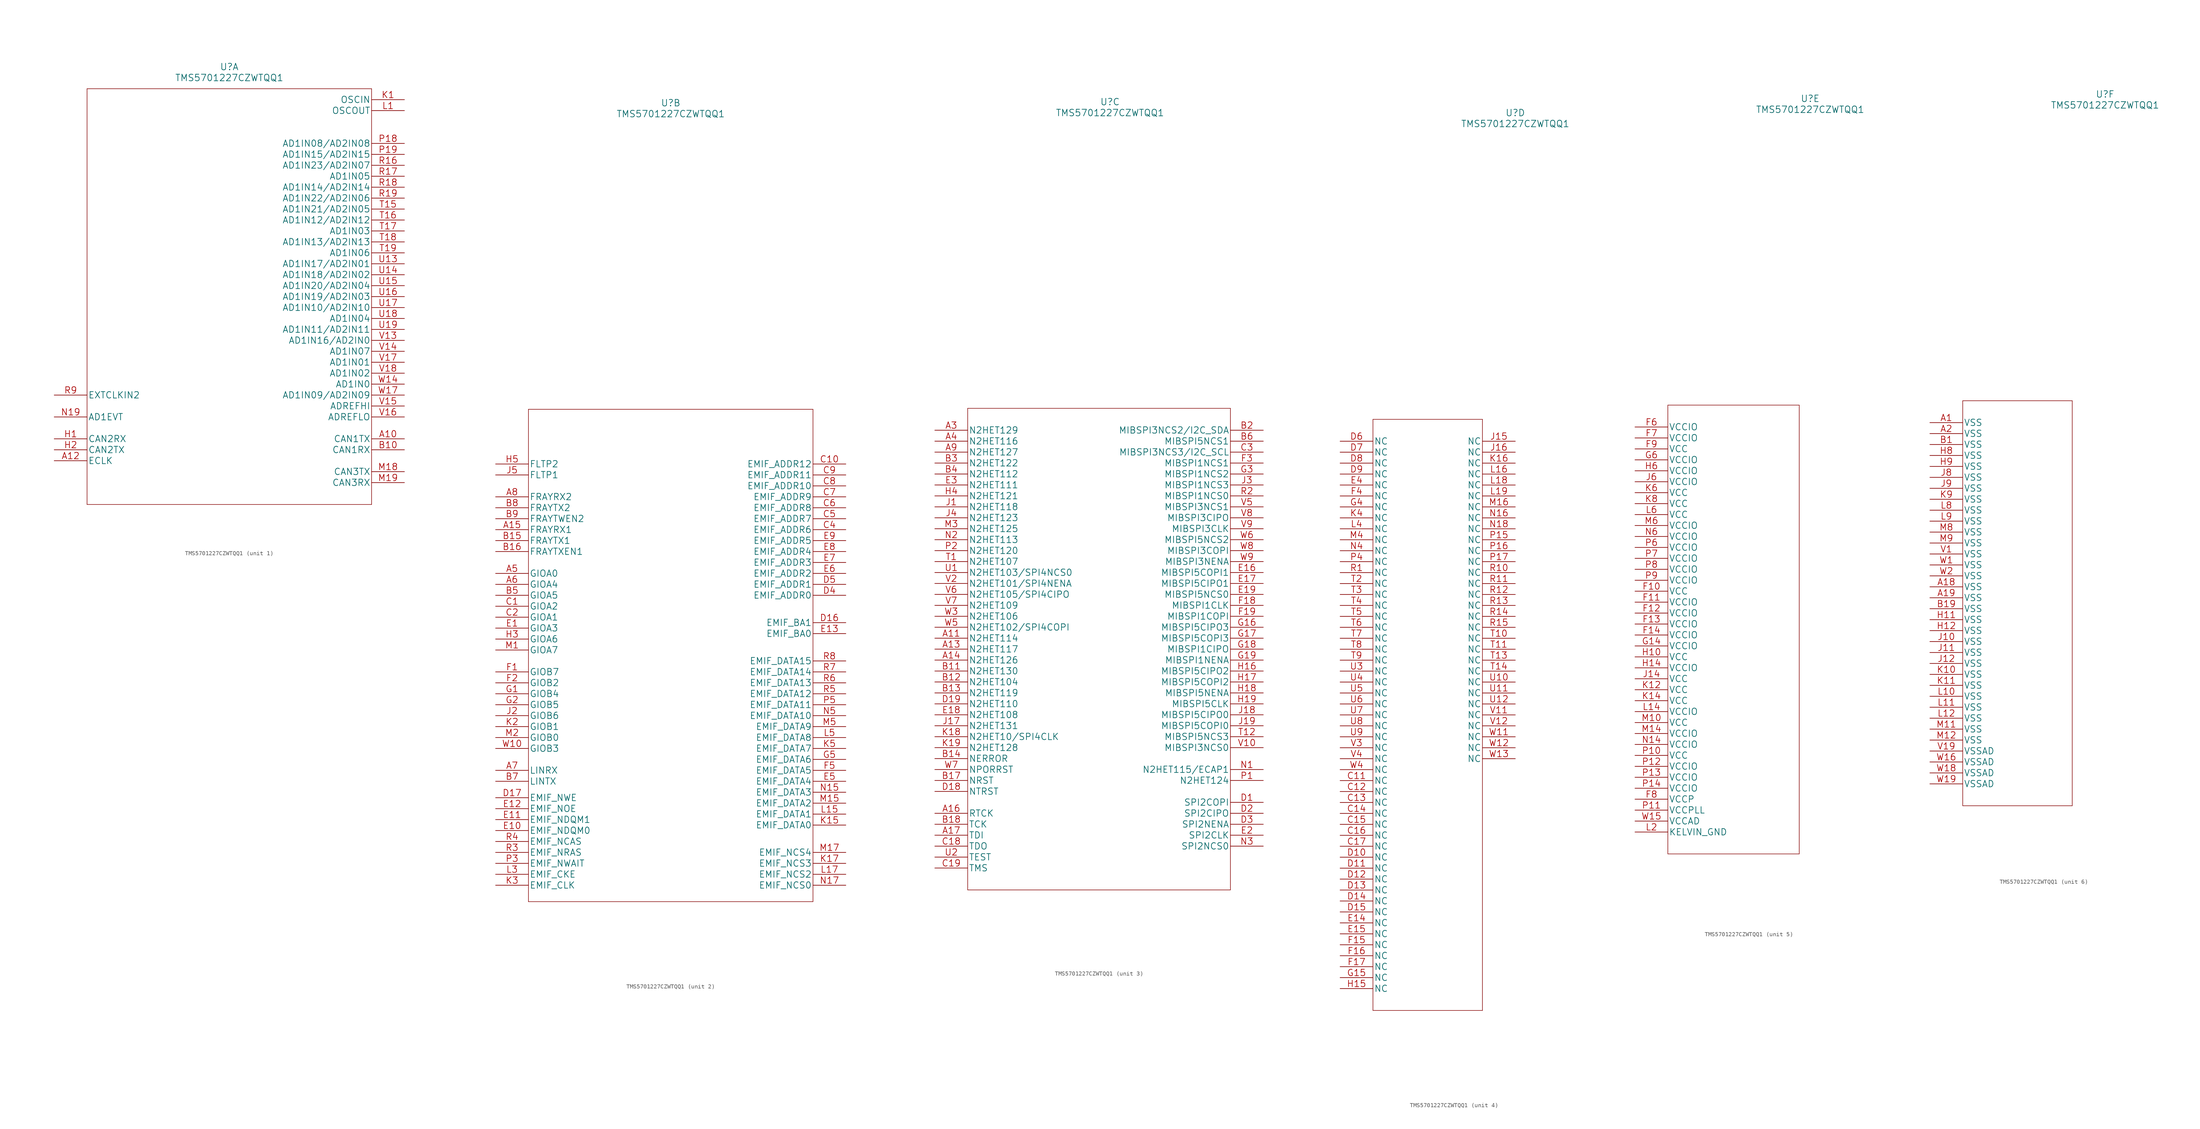
<source format=kicad_sym>
(kicad_symbol_lib
  (version 20211014)
  (generator kicad_symbol_editor)
  (symbol "TMS5701227CZWTQQ1"
    (pin_names
      (offset 0.254))
    (property "Reference" "U"
      (at 40.64 76.2 0)
      (effects (font (size 1.524 1.524))))
    (property "Value" "TMS5701227CZWTQQ1"
      (at 40.64 73.66 0)
      (effects (font (size 1.524 1.524))))
    (property "ki_locked" ""
      (at 0 0 0)
      (effects (font (size 1.27 1.27))))
    (symbol "TMS5701227CZWTQQ1_1_1"
      (polyline (pts (xy 7.62 -25.4) (xy 73.66 -25.4)) (stroke (width 0.127) (type default) (color 0 0 0 0)) (fill (type none)))
      (polyline (pts (xy 7.62 71.12) (xy 7.62 -25.4)) (stroke (width 0.127) (type default) (color 0 0 0 0)) (fill (type none)))
      (polyline (pts (xy 73.66 -25.4) (xy 73.66 71.12)) (stroke (width 0.127) (type default) (color 0 0 0 0)) (fill (type none)))
      (polyline (pts (xy 73.66 71.12) (xy 7.62 71.12)) (stroke (width 0.127) (type default) (color 0 0 0 0)) (fill (type none)))
      (pin bidirectional line (at 81.28 -10.16 180) (length 7.62) (name "CAN1TX" (effects (font (size 1.499 1.499)))) (number "A10" (effects (font (size 1.499 1.499)))))
      (pin bidirectional line (at 0 -15.24 0) (length 7.62) (name "ECLK" (effects (font (size 1.499 1.499)))) (number "A12" (effects (font (size 1.499 1.499)))))
      (pin bidirectional line (at 81.28 -12.7 180) (length 7.62) (name "CAN1RX" (effects (font (size 1.499 1.499)))) (number "B10" (effects (font (size 1.499 1.499)))))
      (pin bidirectional line (at 0 -10.16 0) (length 7.62) (name "CAN2RX" (effects (font (size 1.499 1.499)))) (number "H1" (effects (font (size 1.499 1.499)))))
      (pin bidirectional line (at 0 -12.7 0) (length 7.62) (name "CAN2TX" (effects (font (size 1.499 1.499)))) (number "H2" (effects (font (size 1.499 1.499)))))
      (pin bidirectional line (at 81.28 68.58 180) (length 7.62) (name "OSCIN" (effects (font (size 1.499 1.499)))) (number "K1" (effects (font (size 1.499 1.499)))))
      (pin bidirectional line (at 81.28 66.04 180) (length 7.62) (name "OSCOUT" (effects (font (size 1.499 1.499)))) (number "L1" (effects (font (size 1.499 1.499)))))
      (pin bidirectional line (at 81.28 -17.78 180) (length 7.62) (name "CAN3TX" (effects (font (size 1.499 1.499)))) (number "M18" (effects (font (size 1.499 1.499)))))
      (pin bidirectional line (at 81.28 -20.32 180) (length 7.62) (name "CAN3RX" (effects (font (size 1.499 1.499)))) (number "M19" (effects (font (size 1.499 1.499)))))
      (pin bidirectional line (at 0 -5.08 0) (length 7.62) (name "AD1EVT" (effects (font (size 1.499 1.499)))) (number "N19" (effects (font (size 1.499 1.499)))))
      (pin bidirectional line (at 81.28 58.42 180) (length 7.62) (name "AD1IN08/AD2IN08" (effects (font (size 1.499 1.499)))) (number "P18" (effects (font (size 1.499 1.499)))))
      (pin bidirectional line (at 81.28 55.88 180) (length 7.62) (name "AD1IN15/AD2IN15" (effects (font (size 1.499 1.499)))) (number "P19" (effects (font (size 1.499 1.499)))))
      (pin bidirectional line (at 81.28 53.34 180) (length 7.62) (name "AD1IN23/AD2IN07" (effects (font (size 1.499 1.499)))) (number "R16" (effects (font (size 1.499 1.499)))))
      (pin bidirectional line (at 81.28 50.8 180) (length 7.62) (name "AD1IN05" (effects (font (size 1.499 1.499)))) (number "R17" (effects (font (size 1.499 1.499)))))
      (pin bidirectional line (at 81.28 48.26 180) (length 7.62) (name "AD1IN14/AD2IN14" (effects (font (size 1.499 1.499)))) (number "R18" (effects (font (size 1.499 1.499)))))
      (pin bidirectional line (at 81.28 45.72 180) (length 7.62) (name "AD1IN22/AD2IN06" (effects (font (size 1.499 1.499)))) (number "R19" (effects (font (size 1.499 1.499)))))
      (pin bidirectional line (at 0 0 0) (length 7.62) (name "EXTCLKIN2" (effects (font (size 1.499 1.499)))) (number "R9" (effects (font (size 1.499 1.499)))))
      (pin bidirectional line (at 81.28 43.18 180) (length 7.62) (name "AD1IN21/AD2IN05" (effects (font (size 1.499 1.499)))) (number "T15" (effects (font (size 1.499 1.499)))))
      (pin bidirectional line (at 81.28 40.64 180) (length 7.62) (name "AD1IN12/AD2IN12" (effects (font (size 1.499 1.499)))) (number "T16" (effects (font (size 1.499 1.499)))))
      (pin bidirectional line (at 81.28 38.1 180) (length 7.62) (name "AD1IN03" (effects (font (size 1.499 1.499)))) (number "T17" (effects (font (size 1.499 1.499)))))
      (pin bidirectional line (at 81.28 35.56 180) (length 7.62) (name "AD1IN13/AD2IN13" (effects (font (size 1.499 1.499)))) (number "T18" (effects (font (size 1.499 1.499)))))
      (pin bidirectional line (at 81.28 33.02 180) (length 7.62) (name "AD1IN06" (effects (font (size 1.499 1.499)))) (number "T19" (effects (font (size 1.499 1.499)))))
      (pin bidirectional line (at 81.28 30.48 180) (length 7.62) (name "AD1IN17/AD2IN01" (effects (font (size 1.499 1.499)))) (number "U13" (effects (font (size 1.499 1.499)))))
      (pin bidirectional line (at 81.28 27.94 180) (length 7.62) (name "AD1IN18/AD2IN02" (effects (font (size 1.499 1.499)))) (number "U14" (effects (font (size 1.499 1.499)))))
      (pin bidirectional line (at 81.28 25.4 180) (length 7.62) (name "AD1IN20/AD2IN04" (effects (font (size 1.499 1.499)))) (number "U15" (effects (font (size 1.499 1.499)))))
      (pin bidirectional line (at 81.28 22.86 180) (length 7.62) (name "AD1IN19/AD2IN03" (effects (font (size 1.499 1.499)))) (number "U16" (effects (font (size 1.499 1.499)))))
      (pin bidirectional line (at 81.28 20.32 180) (length 7.62) (name "AD1IN10/AD2IN10" (effects (font (size 1.499 1.499)))) (number "U17" (effects (font (size 1.499 1.499)))))
      (pin bidirectional line (at 81.28 17.78 180) (length 7.62) (name "AD1IN04" (effects (font (size 1.499 1.499)))) (number "U18" (effects (font (size 1.499 1.499)))))
      (pin bidirectional line (at 81.28 15.24 180) (length 7.62) (name "AD1IN11/AD2IN11" (effects (font (size 1.499 1.499)))) (number "U19" (effects (font (size 1.499 1.499)))))
      (pin bidirectional line (at 81.28 12.7 180) (length 7.62) (name "AD1IN16/AD2IN0" (effects (font (size 1.499 1.499)))) (number "V13" (effects (font (size 1.499 1.499)))))
      (pin bidirectional line (at 81.28 10.16 180) (length 7.62) (name "AD1IN07" (effects (font (size 1.499 1.499)))) (number "V14" (effects (font (size 1.499 1.499)))))
      (pin bidirectional line (at 81.28 -2.54 180) (length 7.62) (name "ADREFHI" (effects (font (size 1.499 1.499)))) (number "V15" (effects (font (size 1.499 1.499)))))
      (pin bidirectional line (at 81.28 -5.08 180) (length 7.62) (name "ADREFLO" (effects (font (size 1.499 1.499)))) (number "V16" (effects (font (size 1.499 1.499)))))
      (pin bidirectional line (at 81.28 7.62 180) (length 7.62) (name "AD1IN01" (effects (font (size 1.499 1.499)))) (number "V17" (effects (font (size 1.499 1.499)))))
      (pin bidirectional line (at 81.28 5.08 180) (length 7.62) (name "AD1IN02" (effects (font (size 1.499 1.499)))) (number "V18" (effects (font (size 1.499 1.499)))))
      (pin bidirectional line (at 81.28 2.54 180) (length 7.62) (name "AD1IN0" (effects (font (size 1.499 1.499)))) (number "W14" (effects (font (size 1.499 1.499)))))
      (pin bidirectional line (at 81.28 0 180) (length 7.62) (name "AD1IN09/AD2IN09" (effects (font (size 1.499 1.499)))) (number "W17" (effects (font (size 1.499 1.499))))))
    (symbol "TMS5701227CZWTQQ1_2_1"
      (polyline (pts (xy 7.62 -109.22) (xy 73.66 -109.22)) (stroke (width 0.127) (type default) (color 0 0 0 0)) (fill (type none)))
      (polyline (pts (xy 7.62 5.08) (xy 7.62 -109.22)) (stroke (width 0.127) (type default) (color 0 0 0 0)) (fill (type none)))
      (polyline (pts (xy 73.66 -109.22) (xy 73.66 5.08)) (stroke (width 0.127) (type default) (color 0 0 0 0)) (fill (type none)))
      (polyline (pts (xy 73.66 5.08) (xy 7.62 5.08)) (stroke (width 0.127) (type default) (color 0 0 0 0)) (fill (type none)))
      (pin bidirectional line (at 0 -22.86 0) (length 7.62) (name "FRAYRX1" (effects (font (size 1.499 1.499)))) (number "A15" (effects (font (size 1.499 1.499)))))
      (pin bidirectional line (at 0 -33.02 0) (length 7.62) (name "GIOA0" (effects (font (size 1.499 1.499)))) (number "A5" (effects (font (size 1.499 1.499)))))
      (pin bidirectional line (at 0 -35.56 0) (length 7.62) (name "GIOA4" (effects (font (size 1.499 1.499)))) (number "A6" (effects (font (size 1.499 1.499)))))
      (pin bidirectional line (at 0 -78.74 0) (length 7.62) (name "LINRX" (effects (font (size 1.499 1.499)))) (number "A7" (effects (font (size 1.499 1.499)))))
      (pin bidirectional line (at 0 -15.24 0) (length 7.62) (name "FRAYRX2" (effects (font (size 1.499 1.499)))) (number "A8" (effects (font (size 1.499 1.499)))))
      (pin bidirectional line (at 0 -25.4 0) (length 7.62) (name "FRAYTX1" (effects (font (size 1.499 1.499)))) (number "B15" (effects (font (size 1.499 1.499)))))
      (pin bidirectional line (at 0 -27.94 0) (length 7.62) (name "FRAYTXEN1" (effects (font (size 1.499 1.499)))) (number "B16" (effects (font (size 1.499 1.499)))))
      (pin bidirectional line (at 0 -38.1 0) (length 7.62) (name "GIOA5" (effects (font (size 1.499 1.499)))) (number "B5" (effects (font (size 1.499 1.499)))))
      (pin bidirectional line (at 0 -81.28 0) (length 7.62) (name "LINTX" (effects (font (size 1.499 1.499)))) (number "B7" (effects (font (size 1.499 1.499)))))
      (pin bidirectional line (at 0 -17.78 0) (length 7.62) (name "FRAYTX2" (effects (font (size 1.499 1.499)))) (number "B8" (effects (font (size 1.499 1.499)))))
      (pin bidirectional line (at 0 -20.32 0) (length 7.62) (name "FRAYTWEN2" (effects (font (size 1.499 1.499)))) (number "B9" (effects (font (size 1.499 1.499)))))
      (pin bidirectional line (at 0 -40.64 0) (length 7.62) (name "GIOA2" (effects (font (size 1.499 1.499)))) (number "C1" (effects (font (size 1.499 1.499)))))
      (pin output line (at 81.28 -7.62 180) (length 7.62) (name "EMIF_ADDR12" (effects (font (size 1.499 1.499)))) (number "C10" (effects (font (size 1.499 1.499)))))
      (pin bidirectional line (at 0 -43.18 0) (length 7.62) (name "GIOA1" (effects (font (size 1.499 1.499)))) (number "C2" (effects (font (size 1.499 1.499)))))
      (pin output line (at 81.28 -22.86 180) (length 7.62) (name "EMIF_ADDR6" (effects (font (size 1.499 1.499)))) (number "C4" (effects (font (size 1.499 1.499)))))
      (pin output line (at 81.28 -20.32 180) (length 7.62) (name "EMIF_ADDR7" (effects (font (size 1.499 1.499)))) (number "C5" (effects (font (size 1.499 1.499)))))
      (pin output line (at 81.28 -17.78 180) (length 7.62) (name "EMIF_ADDR8" (effects (font (size 1.499 1.499)))) (number "C6" (effects (font (size 1.499 1.499)))))
      (pin output line (at 81.28 -15.24 180) (length 7.62) (name "EMIF_ADDR9" (effects (font (size 1.499 1.499)))) (number "C7" (effects (font (size 1.499 1.499)))))
      (pin output line (at 81.28 -12.7 180) (length 7.62) (name "EMIF_ADDR10" (effects (font (size 1.499 1.499)))) (number "C8" (effects (font (size 1.499 1.499)))))
      (pin output line (at 81.28 -10.16 180) (length 7.62) (name "EMIF_ADDR11" (effects (font (size 1.499 1.499)))) (number "C9" (effects (font (size 1.499 1.499)))))
      (pin output line (at 81.28 -44.45 180) (length 7.62) (name "EMIF_BA1" (effects (font (size 1.499 1.499)))) (number "D16" (effects (font (size 1.499 1.499)))))
      (pin output line (at 0 -85.09 0) (length 7.62) (name "EMIF_NWE" (effects (font (size 1.499 1.499)))) (number "D17" (effects (font (size 1.499 1.499)))))
      (pin output line (at 81.28 -38.1 180) (length 7.62) (name "EMIF_ADDR0" (effects (font (size 1.499 1.499)))) (number "D4" (effects (font (size 1.499 1.499)))))
      (pin output line (at 81.28 -35.56 180) (length 7.62) (name "EMIF_ADDR1" (effects (font (size 1.499 1.499)))) (number "D5" (effects (font (size 1.499 1.499)))))
      (pin bidirectional line (at 0 -45.72 0) (length 7.62) (name "GIOA3" (effects (font (size 1.499 1.499)))) (number "E1" (effects (font (size 1.499 1.499)))))
      (pin output line (at 0 -92.71 0) (length 7.62) (name "EMIF_NDQM0" (effects (font (size 1.499 1.499)))) (number "E10" (effects (font (size 1.499 1.499)))))
      (pin output line (at 0 -90.17 0) (length 7.62) (name "EMIF_NDQM1" (effects (font (size 1.499 1.499)))) (number "E11" (effects (font (size 1.499 1.499)))))
      (pin bidirectional line (at 0 -87.63 0) (length 7.62) (name "EMIF_NOE" (effects (font (size 1.499 1.499)))) (number "E12" (effects (font (size 1.499 1.499)))))
      (pin output line (at 81.28 -46.99 180) (length 7.62) (name "EMIF_BA0" (effects (font (size 1.499 1.499)))) (number "E13" (effects (font (size 1.499 1.499)))))
      (pin bidirectional line (at 81.28 -81.28 180) (length 7.62) (name "EMIF_DATA4" (effects (font (size 1.499 1.499)))) (number "E5" (effects (font (size 1.499 1.499)))))
      (pin output line (at 81.28 -33.02 180) (length 7.62) (name "EMIF_ADDR2" (effects (font (size 1.499 1.499)))) (number "E6" (effects (font (size 1.499 1.499)))))
      (pin output line (at 81.28 -30.48 180) (length 7.62) (name "EMIF_ADDR3" (effects (font (size 1.499 1.499)))) (number "E7" (effects (font (size 1.499 1.499)))))
      (pin output line (at 81.28 -27.94 180) (length 7.62) (name "EMIF_ADDR4" (effects (font (size 1.499 1.499)))) (number "E8" (effects (font (size 1.499 1.499)))))
      (pin output line (at 81.28 -25.4 180) (length 7.62) (name "EMIF_ADDR5" (effects (font (size 1.499 1.499)))) (number "E9" (effects (font (size 1.499 1.499)))))
      (pin bidirectional line (at 0 -55.88 0) (length 7.62) (name "GIOB7" (effects (font (size 1.499 1.499)))) (number "F1" (effects (font (size 1.499 1.499)))))
      (pin bidirectional line (at 0 -58.42 0) (length 7.62) (name "GIOB2" (effects (font (size 1.499 1.499)))) (number "F2" (effects (font (size 1.499 1.499)))))
      (pin bidirectional line (at 81.28 -78.74 180) (length 7.62) (name "EMIF_DATA5" (effects (font (size 1.499 1.499)))) (number "F5" (effects (font (size 1.499 1.499)))))
      (pin bidirectional line (at 0 -60.96 0) (length 7.62) (name "GIOB4" (effects (font (size 1.499 1.499)))) (number "G1" (effects (font (size 1.499 1.499)))))
      (pin bidirectional line (at 0 -63.5 0) (length 7.62) (name "GIOB5" (effects (font (size 1.499 1.499)))) (number "G2" (effects (font (size 1.499 1.499)))))
      (pin bidirectional line (at 81.28 -76.2 180) (length 7.62) (name "EMIF_DATA6" (effects (font (size 1.499 1.499)))) (number "G5" (effects (font (size 1.499 1.499)))))
      (pin bidirectional line (at 0 -48.26 0) (length 7.62) (name "GIOA6" (effects (font (size 1.499 1.499)))) (number "H3" (effects (font (size 1.499 1.499)))))
      (pin bidirectional line (at 0 -7.62 0) (length 7.62) (name "FLTP2" (effects (font (size 1.499 1.499)))) (number "H5" (effects (font (size 1.499 1.499)))))
      (pin bidirectional line (at 0 -66.04 0) (length 7.62) (name "GIOB6" (effects (font (size 1.499 1.499)))) (number "J2" (effects (font (size 1.499 1.499)))))
      (pin bidirectional line (at 0 -10.16 0) (length 7.62) (name "FLTP1" (effects (font (size 1.499 1.499)))) (number "J5" (effects (font (size 1.499 1.499)))))
      (pin bidirectional line (at 81.28 -91.44 180) (length 7.62) (name "EMIF_DATA0" (effects (font (size 1.499 1.499)))) (number "K15" (effects (font (size 1.499 1.499)))))
      (pin output line (at 81.28 -100.33 180) (length 7.62) (name "EMIF_NCS3" (effects (font (size 1.499 1.499)))) (number "K17" (effects (font (size 1.499 1.499)))))
      (pin bidirectional line (at 0 -68.58 0) (length 7.62) (name "GIOB1" (effects (font (size 1.499 1.499)))) (number "K2" (effects (font (size 1.499 1.499)))))
      (pin output line (at 0 -105.41 0) (length 7.62) (name "EMIF_CLK" (effects (font (size 1.499 1.499)))) (number "K3" (effects (font (size 1.499 1.499)))))
      (pin bidirectional line (at 81.28 -73.66 180) (length 7.62) (name "EMIF_DATA7" (effects (font (size 1.499 1.499)))) (number "K5" (effects (font (size 1.499 1.499)))))
      (pin bidirectional line (at 81.28 -88.9 180) (length 7.62) (name "EMIF_DATA1" (effects (font (size 1.499 1.499)))) (number "L15" (effects (font (size 1.499 1.499)))))
      (pin output line (at 81.28 -102.87 180) (length 7.62) (name "EMIF_NCS2" (effects (font (size 1.499 1.499)))) (number "L17" (effects (font (size 1.499 1.499)))))
      (pin output line (at 0 -102.87 0) (length 7.62) (name "EMIF_CKE" (effects (font (size 1.499 1.499)))) (number "L3" (effects (font (size 1.499 1.499)))))
      (pin bidirectional line (at 81.28 -71.12 180) (length 7.62) (name "EMIF_DATA8" (effects (font (size 1.499 1.499)))) (number "L5" (effects (font (size 1.499 1.499)))))
      (pin bidirectional line (at 0 -50.8 0) (length 7.62) (name "GIOA7" (effects (font (size 1.499 1.499)))) (number "M1" (effects (font (size 1.499 1.499)))))
      (pin bidirectional line (at 81.28 -86.36 180) (length 7.62) (name "EMIF_DATA2" (effects (font (size 1.499 1.499)))) (number "M15" (effects (font (size 1.499 1.499)))))
      (pin output line (at 81.28 -97.79 180) (length 7.62) (name "EMIF_NCS4" (effects (font (size 1.499 1.499)))) (number "M17" (effects (font (size 1.499 1.499)))))
      (pin bidirectional line (at 0 -71.12 0) (length 7.62) (name "GIOB0" (effects (font (size 1.499 1.499)))) (number "M2" (effects (font (size 1.499 1.499)))))
      (pin bidirectional line (at 81.28 -68.58 180) (length 7.62) (name "EMIF_DATA9" (effects (font (size 1.499 1.499)))) (number "M5" (effects (font (size 1.499 1.499)))))
      (pin bidirectional line (at 81.28 -83.82 180) (length 7.62) (name "EMIF_DATA3" (effects (font (size 1.499 1.499)))) (number "N15" (effects (font (size 1.499 1.499)))))
      (pin output line (at 81.28 -105.41 180) (length 7.62) (name "EMIF_NCS0" (effects (font (size 1.499 1.499)))) (number "N17" (effects (font (size 1.499 1.499)))))
      (pin bidirectional line (at 81.28 -66.04 180) (length 7.62) (name "EMIF_DATA10" (effects (font (size 1.499 1.499)))) (number "N5" (effects (font (size 1.499 1.499)))))
      (pin bidirectional line (at 0 -100.33 0) (length 7.62) (name "EMIF_NWAIT" (effects (font (size 1.499 1.499)))) (number "P3" (effects (font (size 1.499 1.499)))))
      (pin bidirectional line (at 81.28 -63.5 180) (length 7.62) (name "EMIF_DATA11" (effects (font (size 1.499 1.499)))) (number "P5" (effects (font (size 1.499 1.499)))))
      (pin output line (at 0 -97.79 0) (length 7.62) (name "EMIF_NRAS" (effects (font (size 1.499 1.499)))) (number "R3" (effects (font (size 1.499 1.499)))))
      (pin output line (at 0 -95.25 0) (length 7.62) (name "EMIF_NCAS" (effects (font (size 1.499 1.499)))) (number "R4" (effects (font (size 1.499 1.499)))))
      (pin bidirectional line (at 81.28 -60.96 180) (length 7.62) (name "EMIF_DATA12" (effects (font (size 1.499 1.499)))) (number "R5" (effects (font (size 1.499 1.499)))))
      (pin bidirectional line (at 81.28 -58.42 180) (length 7.62) (name "EMIF_DATA13" (effects (font (size 1.499 1.499)))) (number "R6" (effects (font (size 1.499 1.499)))))
      (pin bidirectional line (at 81.28 -55.88 180) (length 7.62) (name "EMIF_DATA14" (effects (font (size 1.499 1.499)))) (number "R7" (effects (font (size 1.499 1.499)))))
      (pin bidirectional line (at 81.28 -53.34 180) (length 7.62) (name "EMIF_DATA15" (effects (font (size 1.499 1.499)))) (number "R8" (effects (font (size 1.499 1.499)))))
      (pin bidirectional line (at 0 -73.66 0) (length 7.62) (name "GIOB3" (effects (font (size 1.499 1.499)))) (number "W10" (effects (font (size 1.499 1.499))))))
    (symbol "TMS5701227CZWTQQ1_3_1"
      (polyline (pts (xy 7.62 -106.68) (xy 68.58 -106.68)) (stroke (width 0.127) (type default) (color 0 0 0 0)) (fill (type none)))
      (polyline (pts (xy 7.62 5.08) (xy 7.62 -106.68)) (stroke (width 0.127) (type default) (color 0 0 0 0)) (fill (type none)))
      (polyline (pts (xy 68.58 -106.68) (xy 68.58 5.08)) (stroke (width 0.127) (type default) (color 0 0 0 0)) (fill (type none)))
      (polyline (pts (xy 68.58 5.08) (xy 7.62 5.08)) (stroke (width 0.127) (type default) (color 0 0 0 0)) (fill (type none)))
      (pin bidirectional line (at 0 -48.26 0) (length 7.62) (name "N2HET114" (effects (font (size 1.499 1.499)))) (number "A11" (effects (font (size 1.499 1.499)))))
      (pin bidirectional line (at 0 -50.8 0) (length 7.62) (name "N2HET117" (effects (font (size 1.499 1.499)))) (number "A13" (effects (font (size 1.499 1.499)))))
      (pin bidirectional line (at 0 -53.34 0) (length 7.62) (name "N2HET126" (effects (font (size 1.499 1.499)))) (number "A14" (effects (font (size 1.499 1.499)))))
      (pin bidirectional line (at 0 -88.9 0) (length 7.62) (name "RTCK" (effects (font (size 1.499 1.499)))) (number "A16" (effects (font (size 1.499 1.499)))))
      (pin bidirectional line (at 0 -93.98 0) (length 7.62) (name "TDI" (effects (font (size 1.499 1.499)))) (number "A17" (effects (font (size 1.499 1.499)))))
      (pin bidirectional line (at 0 0 0) (length 7.62) (name "N2HET129" (effects (font (size 1.499 1.499)))) (number "A3" (effects (font (size 1.499 1.499)))))
      (pin bidirectional line (at 0 -2.54 0) (length 7.62) (name "N2HET116" (effects (font (size 1.499 1.499)))) (number "A4" (effects (font (size 1.499 1.499)))))
      (pin bidirectional line (at 0 -5.08 0) (length 7.62) (name "N2HET127" (effects (font (size 1.499 1.499)))) (number "A9" (effects (font (size 1.499 1.499)))))
      (pin bidirectional line (at 0 -55.88 0) (length 7.62) (name "N2HET130" (effects (font (size 1.499 1.499)))) (number "B11" (effects (font (size 1.499 1.499)))))
      (pin bidirectional line (at 0 -58.42 0) (length 7.62) (name "N2HET104" (effects (font (size 1.499 1.499)))) (number "B12" (effects (font (size 1.499 1.499)))))
      (pin bidirectional line (at 0 -60.96 0) (length 7.62) (name "N2HET119" (effects (font (size 1.499 1.499)))) (number "B13" (effects (font (size 1.499 1.499)))))
      (pin bidirectional line (at 0 -76.2 0) (length 7.62) (name "NERROR" (effects (font (size 1.499 1.499)))) (number "B14" (effects (font (size 1.499 1.499)))))
      (pin bidirectional line (at 0 -81.28 0) (length 7.62) (name "NRST" (effects (font (size 1.499 1.499)))) (number "B17" (effects (font (size 1.499 1.499)))))
      (pin bidirectional line (at 0 -91.44 0) (length 7.62) (name "TCK" (effects (font (size 1.499 1.499)))) (number "B18" (effects (font (size 1.499 1.499)))))
      (pin bidirectional line (at 76.2 0 180) (length 7.62) (name "MIBSPI3NCS2/I2C_SDA" (effects (font (size 1.499 1.499)))) (number "B2" (effects (font (size 1.499 1.499)))))
      (pin bidirectional line (at 0 -7.62 0) (length 7.62) (name "N2HET122" (effects (font (size 1.499 1.499)))) (number "B3" (effects (font (size 1.499 1.499)))))
      (pin bidirectional line (at 0 -10.16 0) (length 7.62) (name "N2HET112" (effects (font (size 1.499 1.499)))) (number "B4" (effects (font (size 1.499 1.499)))))
      (pin bidirectional line (at 76.2 -2.54 180) (length 7.62) (name "MIBSPI5NCS1" (effects (font (size 1.499 1.499)))) (number "B6" (effects (font (size 1.499 1.499)))))
      (pin bidirectional line (at 0 -96.52 0) (length 7.62) (name "TDO" (effects (font (size 1.499 1.499)))) (number "C18" (effects (font (size 1.499 1.499)))))
      (pin bidirectional line (at 0 -101.6 0) (length 7.62) (name "TMS" (effects (font (size 1.499 1.499)))) (number "C19" (effects (font (size 1.499 1.499)))))
      (pin bidirectional line (at 76.2 -5.08 180) (length 7.62) (name "MIBSPI3NCS3/I2C_SCL" (effects (font (size 1.499 1.499)))) (number "C3" (effects (font (size 1.499 1.499)))))
      (pin bidirectional line (at 76.2 -86.36 180) (length 7.62) (name "SPI2COPI" (effects (font (size 1.499 1.499)))) (number "D1" (effects (font (size 1.499 1.499)))))
      (pin bidirectional line (at 0 -83.82 0) (length 7.62) (name "NTRST" (effects (font (size 1.499 1.499)))) (number "D18" (effects (font (size 1.499 1.499)))))
      (pin bidirectional line (at 0 -63.5 0) (length 7.62) (name "N2HET110" (effects (font (size 1.499 1.499)))) (number "D19" (effects (font (size 1.499 1.499)))))
      (pin bidirectional line (at 76.2 -88.9 180) (length 7.62) (name "SPI2CIPO" (effects (font (size 1.499 1.499)))) (number "D2" (effects (font (size 1.499 1.499)))))
      (pin bidirectional line (at 76.2 -91.44 180) (length 7.62) (name "SPI2NENA" (effects (font (size 1.499 1.499)))) (number "D3" (effects (font (size 1.499 1.499)))))
      (pin bidirectional line (at 76.2 -33.02 180) (length 7.62) (name "MIBSPI5COPI1" (effects (font (size 1.499 1.499)))) (number "E16" (effects (font (size 1.499 1.499)))))
      (pin bidirectional line (at 76.2 -35.56 180) (length 7.62) (name "MIBSPI5CIPO1" (effects (font (size 1.499 1.499)))) (number "E17" (effects (font (size 1.499 1.499)))))
      (pin bidirectional line (at 0 -66.04 0) (length 7.62) (name "N2HET108" (effects (font (size 1.499 1.499)))) (number "E18" (effects (font (size 1.499 1.499)))))
      (pin bidirectional line (at 76.2 -38.1 180) (length 7.62) (name "MIBSPI5NCS0" (effects (font (size 1.499 1.499)))) (number "E19" (effects (font (size 1.499 1.499)))))
      (pin bidirectional line (at 76.2 -93.98 180) (length 7.62) (name "SPI2CLK" (effects (font (size 1.499 1.499)))) (number "E2" (effects (font (size 1.499 1.499)))))
      (pin bidirectional line (at 0 -12.7 0) (length 7.62) (name "N2HET111" (effects (font (size 1.499 1.499)))) (number "E3" (effects (font (size 1.499 1.499)))))
      (pin bidirectional line (at 76.2 -40.64 180) (length 7.62) (name "MIBSPI1CLK" (effects (font (size 1.499 1.499)))) (number "F18" (effects (font (size 1.499 1.499)))))
      (pin bidirectional line (at 76.2 -43.18 180) (length 7.62) (name "MIBSPI1COPI" (effects (font (size 1.499 1.499)))) (number "F19" (effects (font (size 1.499 1.499)))))
      (pin bidirectional line (at 76.2 -7.62 180) (length 7.62) (name "MIBSPI1NCS1" (effects (font (size 1.499 1.499)))) (number "F3" (effects (font (size 1.499 1.499)))))
      (pin bidirectional line (at 76.2 -45.72 180) (length 7.62) (name "MIBSPI5CIPO3" (effects (font (size 1.499 1.499)))) (number "G16" (effects (font (size 1.499 1.499)))))
      (pin bidirectional line (at 76.2 -48.26 180) (length 7.62) (name "MIBSPI5COPI3" (effects (font (size 1.499 1.499)))) (number "G17" (effects (font (size 1.499 1.499)))))
      (pin bidirectional line (at 76.2 -50.8 180) (length 7.62) (name "MIBSPI1CIPO" (effects (font (size 1.499 1.499)))) (number "G18" (effects (font (size 1.499 1.499)))))
      (pin bidirectional line (at 76.2 -53.34 180) (length 7.62) (name "MIBSPI1NENA" (effects (font (size 1.499 1.499)))) (number "G19" (effects (font (size 1.499 1.499)))))
      (pin bidirectional line (at 76.2 -10.16 180) (length 7.62) (name "MIBSPI1NCS2" (effects (font (size 1.499 1.499)))) (number "G3" (effects (font (size 1.499 1.499)))))
      (pin bidirectional line (at 76.2 -55.88 180) (length 7.62) (name "MIBSPI5CIPO2" (effects (font (size 1.499 1.499)))) (number "H16" (effects (font (size 1.499 1.499)))))
      (pin bidirectional line (at 76.2 -58.42 180) (length 7.62) (name "MIBSPI5COPI2" (effects (font (size 1.499 1.499)))) (number "H17" (effects (font (size 1.499 1.499)))))
      (pin bidirectional line (at 76.2 -60.96 180) (length 7.62) (name "MIBSPI5NENA" (effects (font (size 1.499 1.499)))) (number "H18" (effects (font (size 1.499 1.499)))))
      (pin bidirectional line (at 76.2 -63.5 180) (length 7.62) (name "MIBSPI5CLK" (effects (font (size 1.499 1.499)))) (number "H19" (effects (font (size 1.499 1.499)))))
      (pin bidirectional line (at 0 -15.24 0) (length 7.62) (name "N2HET121" (effects (font (size 1.499 1.499)))) (number "H4" (effects (font (size 1.499 1.499)))))
      (pin bidirectional line (at 0 -17.78 0) (length 7.62) (name "N2HET118" (effects (font (size 1.499 1.499)))) (number "J1" (effects (font (size 1.499 1.499)))))
      (pin bidirectional line (at 0 -68.58 0) (length 7.62) (name "N2HET131" (effects (font (size 1.499 1.499)))) (number "J17" (effects (font (size 1.499 1.499)))))
      (pin bidirectional line (at 76.2 -66.04 180) (length 7.62) (name "MIBSPI5CIPO0" (effects (font (size 1.499 1.499)))) (number "J18" (effects (font (size 1.499 1.499)))))
      (pin bidirectional line (at 76.2 -68.58 180) (length 7.62) (name "MIBSPI5COPI0" (effects (font (size 1.499 1.499)))) (number "J19" (effects (font (size 1.499 1.499)))))
      (pin bidirectional line (at 76.2 -12.7 180) (length 7.62) (name "MIBSPI1NCS3" (effects (font (size 1.499 1.499)))) (number "J3" (effects (font (size 1.499 1.499)))))
      (pin bidirectional line (at 0 -20.32 0) (length 7.62) (name "N2HET123" (effects (font (size 1.499 1.499)))) (number "J4" (effects (font (size 1.499 1.499)))))
      (pin bidirectional line (at 0 -71.12 0) (length 7.62) (name "N2HET10/SPI4CLK" (effects (font (size 1.499 1.499)))) (number "K18" (effects (font (size 1.499 1.499)))))
      (pin bidirectional line (at 0 -73.66 0) (length 7.62) (name "N2HET128" (effects (font (size 1.499 1.499)))) (number "K19" (effects (font (size 1.499 1.499)))))
      (pin bidirectional line (at 0 -22.86 0) (length 7.62) (name "N2HET125" (effects (font (size 1.499 1.499)))) (number "M3" (effects (font (size 1.499 1.499)))))
      (pin bidirectional line (at 76.2 -78.74 180) (length 7.62) (name "N2HET115/ECAP1" (effects (font (size 1.499 1.499)))) (number "N1" (effects (font (size 1.499 1.499)))))
      (pin bidirectional line (at 0 -25.4 0) (length 7.62) (name "N2HET113" (effects (font (size 1.499 1.499)))) (number "N2" (effects (font (size 1.499 1.499)))))
      (pin bidirectional line (at 76.2 -96.52 180) (length 7.62) (name "SPI2NCS0" (effects (font (size 1.499 1.499)))) (number "N3" (effects (font (size 1.499 1.499)))))
      (pin bidirectional line (at 76.2 -81.28 180) (length 7.62) (name "N2HET124" (effects (font (size 1.499 1.499)))) (number "P1" (effects (font (size 1.499 1.499)))))
      (pin bidirectional line (at 0 -27.94 0) (length 7.62) (name "N2HET120" (effects (font (size 1.499 1.499)))) (number "P2" (effects (font (size 1.499 1.499)))))
      (pin bidirectional line (at 76.2 -15.24 180) (length 7.62) (name "MIBSPI1NCS0" (effects (font (size 1.499 1.499)))) (number "R2" (effects (font (size 1.499 1.499)))))
      (pin bidirectional line (at 0 -30.48 0) (length 7.62) (name "N2HET107" (effects (font (size 1.499 1.499)))) (number "T1" (effects (font (size 1.499 1.499)))))
      (pin bidirectional line (at 76.2 -71.12 180) (length 7.62) (name "MIBSPI5NCS3" (effects (font (size 1.499 1.499)))) (number "T12" (effects (font (size 1.499 1.499)))))
      (pin bidirectional line (at 0 -33.02 0) (length 7.62) (name "N2HET103/SPI4NCS0" (effects (font (size 1.499 1.499)))) (number "U1" (effects (font (size 1.499 1.499)))))
      (pin bidirectional line (at 0 -99.06 0) (length 7.62) (name "TEST" (effects (font (size 1.499 1.499)))) (number "U2" (effects (font (size 1.499 1.499)))))
      (pin bidirectional line (at 76.2 -73.66 180) (length 7.62) (name "MIBSPI3NCS0" (effects (font (size 1.499 1.499)))) (number "V10" (effects (font (size 1.499 1.499)))))
      (pin bidirectional line (at 0 -35.56 0) (length 7.62) (name "N2HET101/SPI4NENA" (effects (font (size 1.499 1.499)))) (number "V2" (effects (font (size 1.499 1.499)))))
      (pin bidirectional line (at 76.2 -17.78 180) (length 7.62) (name "MIBSPI3NCS1" (effects (font (size 1.499 1.499)))) (number "V5" (effects (font (size 1.499 1.499)))))
      (pin bidirectional line (at 0 -38.1 0) (length 7.62) (name "N2HET105/SPI4CIPO" (effects (font (size 1.499 1.499)))) (number "V6" (effects (font (size 1.499 1.499)))))
      (pin bidirectional line (at 0 -40.64 0) (length 7.62) (name "N2HET109" (effects (font (size 1.499 1.499)))) (number "V7" (effects (font (size 1.499 1.499)))))
      (pin bidirectional line (at 76.2 -20.32 180) (length 7.62) (name "MIBSPI3CIPO" (effects (font (size 1.499 1.499)))) (number "V8" (effects (font (size 1.499 1.499)))))
      (pin bidirectional line (at 76.2 -22.86 180) (length 7.62) (name "MIBSPI3CLK" (effects (font (size 1.499 1.499)))) (number "V9" (effects (font (size 1.499 1.499)))))
      (pin bidirectional line (at 0 -43.18 0) (length 7.62) (name "N2HET106" (effects (font (size 1.499 1.499)))) (number "W3" (effects (font (size 1.499 1.499)))))
      (pin bidirectional line (at 0 -45.72 0) (length 7.62) (name "N2HET102/SPI4COPI" (effects (font (size 1.499 1.499)))) (number "W5" (effects (font (size 1.499 1.499)))))
      (pin bidirectional line (at 76.2 -25.4 180) (length 7.62) (name "MIBSPI5NCS2" (effects (font (size 1.499 1.499)))) (number "W6" (effects (font (size 1.499 1.499)))))
      (pin bidirectional line (at 0 -78.74 0) (length 7.62) (name "NPORRST" (effects (font (size 1.499 1.499)))) (number "W7" (effects (font (size 1.499 1.499)))))
      (pin bidirectional line (at 76.2 -27.94 180) (length 7.62) (name "MIBSPI3COPI" (effects (font (size 1.499 1.499)))) (number "W8" (effects (font (size 1.499 1.499)))))
      (pin bidirectional line (at 76.2 -30.48 180) (length 7.62) (name "MIBSPI3NENA" (effects (font (size 1.499 1.499)))) (number "W9" (effects (font (size 1.499 1.499))))))
    (symbol "TMS5701227CZWTQQ1_4_1"
      (polyline (pts (xy 7.62 -132.08) (xy 33.02 -132.08)) (stroke (width 0.127) (type default) (color 0 0 0 0)) (fill (type none)))
      (polyline (pts (xy 7.62 5.08) (xy 7.62 -132.08)) (stroke (width 0.127) (type default) (color 0 0 0 0)) (fill (type none)))
      (polyline (pts (xy 33.02 -132.08) (xy 33.02 5.08)) (stroke (width 0.127) (type default) (color 0 0 0 0)) (fill (type none)))
      (polyline (pts (xy 33.02 5.08) (xy 7.62 5.08)) (stroke (width 0.127) (type default) (color 0 0 0 0)) (fill (type none)))
      (pin unspecified line (at 0 -78.74 0) (length 7.62) (name "NC" (effects (font (size 1.499 1.499)))) (number "C11" (effects (font (size 1.499 1.499)))))
      (pin unspecified line (at 0 -81.28 0) (length 7.62) (name "NC" (effects (font (size 1.499 1.499)))) (number "C12" (effects (font (size 1.499 1.499)))))
      (pin unspecified line (at 0 -83.82 0) (length 7.62) (name "NC" (effects (font (size 1.499 1.499)))) (number "C13" (effects (font (size 1.499 1.499)))))
      (pin unspecified line (at 0 -86.36 0) (length 7.62) (name "NC" (effects (font (size 1.499 1.499)))) (number "C14" (effects (font (size 1.499 1.499)))))
      (pin unspecified line (at 0 -88.9 0) (length 7.62) (name "NC" (effects (font (size 1.499 1.499)))) (number "C15" (effects (font (size 1.499 1.499)))))
      (pin unspecified line (at 0 -91.44 0) (length 7.62) (name "NC" (effects (font (size 1.499 1.499)))) (number "C16" (effects (font (size 1.499 1.499)))))
      (pin unspecified line (at 0 -93.98 0) (length 7.62) (name "NC" (effects (font (size 1.499 1.499)))) (number "C17" (effects (font (size 1.499 1.499)))))
      (pin unspecified line (at 0 -96.52 0) (length 7.62) (name "NC" (effects (font (size 1.499 1.499)))) (number "D10" (effects (font (size 1.499 1.499)))))
      (pin unspecified line (at 0 -99.06 0) (length 7.62) (name "NC" (effects (font (size 1.499 1.499)))) (number "D11" (effects (font (size 1.499 1.499)))))
      (pin unspecified line (at 0 -101.6 0) (length 7.62) (name "NC" (effects (font (size 1.499 1.499)))) (number "D12" (effects (font (size 1.499 1.499)))))
      (pin unspecified line (at 0 -104.14 0) (length 7.62) (name "NC" (effects (font (size 1.499 1.499)))) (number "D13" (effects (font (size 1.499 1.499)))))
      (pin unspecified line (at 0 -106.68 0) (length 7.62) (name "NC" (effects (font (size 1.499 1.499)))) (number "D14" (effects (font (size 1.499 1.499)))))
      (pin unspecified line (at 0 -109.22 0) (length 7.62) (name "NC" (effects (font (size 1.499 1.499)))) (number "D15" (effects (font (size 1.499 1.499)))))
      (pin unspecified line (at 0 0 0) (length 7.62) (name "NC" (effects (font (size 1.499 1.499)))) (number "D6" (effects (font (size 1.499 1.499)))))
      (pin unspecified line (at 0 -2.54 0) (length 7.62) (name "NC" (effects (font (size 1.499 1.499)))) (number "D7" (effects (font (size 1.499 1.499)))))
      (pin unspecified line (at 0 -5.08 0) (length 7.62) (name "NC" (effects (font (size 1.499 1.499)))) (number "D8" (effects (font (size 1.499 1.499)))))
      (pin unspecified line (at 0 -7.62 0) (length 7.62) (name "NC" (effects (font (size 1.499 1.499)))) (number "D9" (effects (font (size 1.499 1.499)))))
      (pin unspecified line (at 0 -111.76 0) (length 7.62) (name "NC" (effects (font (size 1.499 1.499)))) (number "E14" (effects (font (size 1.499 1.499)))))
      (pin unspecified line (at 0 -114.3 0) (length 7.62) (name "NC" (effects (font (size 1.499 1.499)))) (number "E15" (effects (font (size 1.499 1.499)))))
      (pin unspecified line (at 0 -10.16 0) (length 7.62) (name "NC" (effects (font (size 1.499 1.499)))) (number "E4" (effects (font (size 1.499 1.499)))))
      (pin unspecified line (at 0 -116.84 0) (length 7.62) (name "NC" (effects (font (size 1.499 1.499)))) (number "F15" (effects (font (size 1.499 1.499)))))
      (pin unspecified line (at 0 -119.38 0) (length 7.62) (name "NC" (effects (font (size 1.499 1.499)))) (number "F16" (effects (font (size 1.499 1.499)))))
      (pin unspecified line (at 0 -121.92 0) (length 7.62) (name "NC" (effects (font (size 1.499 1.499)))) (number "F17" (effects (font (size 1.499 1.499)))))
      (pin unspecified line (at 0 -12.7 0) (length 7.62) (name "NC" (effects (font (size 1.499 1.499)))) (number "F4" (effects (font (size 1.499 1.499)))))
      (pin unspecified line (at 0 -124.46 0) (length 7.62) (name "NC" (effects (font (size 1.499 1.499)))) (number "G15" (effects (font (size 1.499 1.499)))))
      (pin unspecified line (at 0 -15.24 0) (length 7.62) (name "NC" (effects (font (size 1.499 1.499)))) (number "G4" (effects (font (size 1.499 1.499)))))
      (pin unspecified line (at 0 -127 0) (length 7.62) (name "NC" (effects (font (size 1.499 1.499)))) (number "H15" (effects (font (size 1.499 1.499)))))
      (pin unspecified line (at 40.64 0 180) (length 7.62) (name "NC" (effects (font (size 1.499 1.499)))) (number "J15" (effects (font (size 1.499 1.499)))))
      (pin unspecified line (at 40.64 -2.54 180) (length 7.62) (name "NC" (effects (font (size 1.499 1.499)))) (number "J16" (effects (font (size 1.499 1.499)))))
      (pin unspecified line (at 40.64 -5.08 180) (length 7.62) (name "NC" (effects (font (size 1.499 1.499)))) (number "K16" (effects (font (size 1.499 1.499)))))
      (pin unspecified line (at 0 -17.78 0) (length 7.62) (name "NC" (effects (font (size 1.499 1.499)))) (number "K4" (effects (font (size 1.499 1.499)))))
      (pin unspecified line (at 40.64 -7.62 180) (length 7.62) (name "NC" (effects (font (size 1.499 1.499)))) (number "L16" (effects (font (size 1.499 1.499)))))
      (pin unspecified line (at 40.64 -10.16 180) (length 7.62) (name "NC" (effects (font (size 1.499 1.499)))) (number "L18" (effects (font (size 1.499 1.499)))))
      (pin unspecified line (at 40.64 -12.7 180) (length 7.62) (name "NC" (effects (font (size 1.499 1.499)))) (number "L19" (effects (font (size 1.499 1.499)))))
      (pin unspecified line (at 0 -20.32 0) (length 7.62) (name "NC" (effects (font (size 1.499 1.499)))) (number "L4" (effects (font (size 1.499 1.499)))))
      (pin unspecified line (at 40.64 -15.24 180) (length 7.62) (name "NC" (effects (font (size 1.499 1.499)))) (number "M16" (effects (font (size 1.499 1.499)))))
      (pin unspecified line (at 0 -22.86 0) (length 7.62) (name "NC" (effects (font (size 1.499 1.499)))) (number "M4" (effects (font (size 1.499 1.499)))))
      (pin unspecified line (at 40.64 -17.78 180) (length 7.62) (name "NC" (effects (font (size 1.499 1.499)))) (number "N16" (effects (font (size 1.499 1.499)))))
      (pin unspecified line (at 40.64 -20.32 180) (length 7.62) (name "NC" (effects (font (size 1.499 1.499)))) (number "N18" (effects (font (size 1.499 1.499)))))
      (pin unspecified line (at 0 -25.4 0) (length 7.62) (name "NC" (effects (font (size 1.499 1.499)))) (number "N4" (effects (font (size 1.499 1.499)))))
      (pin unspecified line (at 40.64 -22.86 180) (length 7.62) (name "NC" (effects (font (size 1.499 1.499)))) (number "P15" (effects (font (size 1.499 1.499)))))
      (pin unspecified line (at 40.64 -25.4 180) (length 7.62) (name "NC" (effects (font (size 1.499 1.499)))) (number "P16" (effects (font (size 1.499 1.499)))))
      (pin unspecified line (at 40.64 -27.94 180) (length 7.62) (name "NC" (effects (font (size 1.499 1.499)))) (number "P17" (effects (font (size 1.499 1.499)))))
      (pin unspecified line (at 0 -27.94 0) (length 7.62) (name "NC" (effects (font (size 1.499 1.499)))) (number "P4" (effects (font (size 1.499 1.499)))))
      (pin unspecified line (at 0 -30.48 0) (length 7.62) (name "NC" (effects (font (size 1.499 1.499)))) (number "R1" (effects (font (size 1.499 1.499)))))
      (pin unspecified line (at 40.64 -30.48 180) (length 7.62) (name "NC" (effects (font (size 1.499 1.499)))) (number "R10" (effects (font (size 1.499 1.499)))))
      (pin unspecified line (at 40.64 -33.02 180) (length 7.62) (name "NC" (effects (font (size 1.499 1.499)))) (number "R11" (effects (font (size 1.499 1.499)))))
      (pin unspecified line (at 40.64 -35.56 180) (length 7.62) (name "NC" (effects (font (size 1.499 1.499)))) (number "R12" (effects (font (size 1.499 1.499)))))
      (pin unspecified line (at 40.64 -38.1 180) (length 7.62) (name "NC" (effects (font (size 1.499 1.499)))) (number "R13" (effects (font (size 1.499 1.499)))))
      (pin unspecified line (at 40.64 -40.64 180) (length 7.62) (name "NC" (effects (font (size 1.499 1.499)))) (number "R14" (effects (font (size 1.499 1.499)))))
      (pin unspecified line (at 40.64 -43.18 180) (length 7.62) (name "NC" (effects (font (size 1.499 1.499)))) (number "R15" (effects (font (size 1.499 1.499)))))
      (pin unspecified line (at 40.64 -45.72 180) (length 7.62) (name "NC" (effects (font (size 1.499 1.499)))) (number "T10" (effects (font (size 1.499 1.499)))))
      (pin unspecified line (at 40.64 -48.26 180) (length 7.62) (name "NC" (effects (font (size 1.499 1.499)))) (number "T11" (effects (font (size 1.499 1.499)))))
      (pin unspecified line (at 40.64 -50.8 180) (length 7.62) (name "NC" (effects (font (size 1.499 1.499)))) (number "T13" (effects (font (size 1.499 1.499)))))
      (pin unspecified line (at 40.64 -53.34 180) (length 7.62) (name "NC" (effects (font (size 1.499 1.499)))) (number "T14" (effects (font (size 1.499 1.499)))))
      (pin unspecified line (at 0 -33.02 0) (length 7.62) (name "NC" (effects (font (size 1.499 1.499)))) (number "T2" (effects (font (size 1.499 1.499)))))
      (pin unspecified line (at 0 -35.56 0) (length 7.62) (name "NC" (effects (font (size 1.499 1.499)))) (number "T3" (effects (font (size 1.499 1.499)))))
      (pin unspecified line (at 0 -38.1 0) (length 7.62) (name "NC" (effects (font (size 1.499 1.499)))) (number "T4" (effects (font (size 1.499 1.499)))))
      (pin unspecified line (at 0 -40.64 0) (length 7.62) (name "NC" (effects (font (size 1.499 1.499)))) (number "T5" (effects (font (size 1.499 1.499)))))
      (pin unspecified line (at 0 -43.18 0) (length 7.62) (name "NC" (effects (font (size 1.499 1.499)))) (number "T6" (effects (font (size 1.499 1.499)))))
      (pin unspecified line (at 0 -45.72 0) (length 7.62) (name "NC" (effects (font (size 1.499 1.499)))) (number "T7" (effects (font (size 1.499 1.499)))))
      (pin unspecified line (at 0 -48.26 0) (length 7.62) (name "NC" (effects (font (size 1.499 1.499)))) (number "T8" (effects (font (size 1.499 1.499)))))
      (pin unspecified line (at 0 -50.8 0) (length 7.62) (name "NC" (effects (font (size 1.499 1.499)))) (number "T9" (effects (font (size 1.499 1.499)))))
      (pin unspecified line (at 40.64 -55.88 180) (length 7.62) (name "NC" (effects (font (size 1.499 1.499)))) (number "U10" (effects (font (size 1.499 1.499)))))
      (pin unspecified line (at 40.64 -58.42 180) (length 7.62) (name "NC" (effects (font (size 1.499 1.499)))) (number "U11" (effects (font (size 1.499 1.499)))))
      (pin unspecified line (at 40.64 -60.96 180) (length 7.62) (name "NC" (effects (font (size 1.499 1.499)))) (number "U12" (effects (font (size 1.499 1.499)))))
      (pin unspecified line (at 0 -53.34 0) (length 7.62) (name "NC" (effects (font (size 1.499 1.499)))) (number "U3" (effects (font (size 1.499 1.499)))))
      (pin unspecified line (at 0 -55.88 0) (length 7.62) (name "NC" (effects (font (size 1.499 1.499)))) (number "U4" (effects (font (size 1.499 1.499)))))
      (pin unspecified line (at 0 -58.42 0) (length 7.62) (name "NC" (effects (font (size 1.499 1.499)))) (number "U5" (effects (font (size 1.499 1.499)))))
      (pin unspecified line (at 0 -60.96 0) (length 7.62) (name "NC" (effects (font (size 1.499 1.499)))) (number "U6" (effects (font (size 1.499 1.499)))))
      (pin unspecified line (at 0 -63.5 0) (length 7.62) (name "NC" (effects (font (size 1.499 1.499)))) (number "U7" (effects (font (size 1.499 1.499)))))
      (pin unspecified line (at 0 -66.04 0) (length 7.62) (name "NC" (effects (font (size 1.499 1.499)))) (number "U8" (effects (font (size 1.499 1.499)))))
      (pin unspecified line (at 0 -68.58 0) (length 7.62) (name "NC" (effects (font (size 1.499 1.499)))) (number "U9" (effects (font (size 1.499 1.499)))))
      (pin unspecified line (at 40.64 -63.5 180) (length 7.62) (name "NC" (effects (font (size 1.499 1.499)))) (number "V11" (effects (font (size 1.499 1.499)))))
      (pin unspecified line (at 40.64 -66.04 180) (length 7.62) (name "NC" (effects (font (size 1.499 1.499)))) (number "V12" (effects (font (size 1.499 1.499)))))
      (pin unspecified line (at 0 -71.12 0) (length 7.62) (name "NC" (effects (font (size 1.499 1.499)))) (number "V3" (effects (font (size 1.499 1.499)))))
      (pin unspecified line (at 0 -73.66 0) (length 7.62) (name "NC" (effects (font (size 1.499 1.499)))) (number "V4" (effects (font (size 1.499 1.499)))))
      (pin unspecified line (at 40.64 -68.58 180) (length 7.62) (name "NC" (effects (font (size 1.499 1.499)))) (number "W11" (effects (font (size 1.499 1.499)))))
      (pin unspecified line (at 40.64 -71.12 180) (length 7.62) (name "NC" (effects (font (size 1.499 1.499)))) (number "W12" (effects (font (size 1.499 1.499)))))
      (pin unspecified line (at 40.64 -73.66 180) (length 7.62) (name "NC" (effects (font (size 1.499 1.499)))) (number "W13" (effects (font (size 1.499 1.499)))))
      (pin unspecified line (at 0 -76.2 0) (length 7.62) (name "NC" (effects (font (size 1.499 1.499)))) (number "W4" (effects (font (size 1.499 1.499))))))
    (symbol "TMS5701227CZWTQQ1_5_1"
      (polyline (pts (xy 7.62 -99.06) (xy 38.1 -99.06)) (stroke (width 0.127) (type default) (color 0 0 0 0)) (fill (type none)))
      (polyline (pts (xy 7.62 5.08) (xy 7.62 -99.06)) (stroke (width 0.127) (type default) (color 0 0 0 0)) (fill (type none)))
      (polyline (pts (xy 38.1 -99.06) (xy 38.1 5.08)) (stroke (width 0.127) (type default) (color 0 0 0 0)) (fill (type none)))
      (polyline (pts (xy 38.1 5.08) (xy 7.62 5.08)) (stroke (width 0.127) (type default) (color 0 0 0 0)) (fill (type none)))
      (pin power_in line (at 0 -38.1 0) (length 7.62) (name "VCC" (effects (font (size 1.499 1.499)))) (number "F10" (effects (font (size 1.499 1.499)))))
      (pin power_in line (at 0 -40.64 0) (length 7.62) (name "VCCIO" (effects (font (size 1.499 1.499)))) (number "F11" (effects (font (size 1.499 1.499)))))
      (pin power_in line (at 0 -43.18 0) (length 7.62) (name "VCCIO" (effects (font (size 1.499 1.499)))) (number "F12" (effects (font (size 1.499 1.499)))))
      (pin power_in line (at 0 -45.72 0) (length 7.62) (name "VCCIO" (effects (font (size 1.499 1.499)))) (number "F13" (effects (font (size 1.499 1.499)))))
      (pin power_in line (at 0 -48.26 0) (length 7.62) (name "VCCIO" (effects (font (size 1.499 1.499)))) (number "F14" (effects (font (size 1.499 1.499)))))
      (pin power_in line (at 0 0 0) (length 7.62) (name "VCCIO" (effects (font (size 1.499 1.499)))) (number "F6" (effects (font (size 1.499 1.499)))))
      (pin power_in line (at 0 -2.54 0) (length 7.62) (name "VCCIO" (effects (font (size 1.499 1.499)))) (number "F7" (effects (font (size 1.499 1.499)))))
      (pin power_in line (at 0 -86.36 0) (length 7.62) (name "VCCP" (effects (font (size 1.499 1.499)))) (number "F8" (effects (font (size 1.499 1.499)))))
      (pin power_in line (at 0 -5.08 0) (length 7.62) (name "VCC" (effects (font (size 1.499 1.499)))) (number "F9" (effects (font (size 1.499 1.499)))))
      (pin power_in line (at 0 -50.8 0) (length 7.62) (name "VCCIO" (effects (font (size 1.499 1.499)))) (number "G14" (effects (font (size 1.499 1.499)))))
      (pin power_in line (at 0 -7.62 0) (length 7.62) (name "VCCIO" (effects (font (size 1.499 1.499)))) (number "G6" (effects (font (size 1.499 1.499)))))
      (pin power_in line (at 0 -53.34 0) (length 7.62) (name "VCC" (effects (font (size 1.499 1.499)))) (number "H10" (effects (font (size 1.499 1.499)))))
      (pin power_in line (at 0 -55.88 0) (length 7.62) (name "VCCIO" (effects (font (size 1.499 1.499)))) (number "H14" (effects (font (size 1.499 1.499)))))
      (pin power_in line (at 0 -10.16 0) (length 7.62) (name "VCCIO" (effects (font (size 1.499 1.499)))) (number "H6" (effects (font (size 1.499 1.499)))))
      (pin power_in line (at 0 -58.42 0) (length 7.62) (name "VCC" (effects (font (size 1.499 1.499)))) (number "J14" (effects (font (size 1.499 1.499)))))
      (pin power_in line (at 0 -12.7 0) (length 7.62) (name "VCCIO" (effects (font (size 1.499 1.499)))) (number "J6" (effects (font (size 1.499 1.499)))))
      (pin power_in line (at 0 -60.96 0) (length 7.62) (name "VCC" (effects (font (size 1.499 1.499)))) (number "K12" (effects (font (size 1.499 1.499)))))
      (pin power_in line (at 0 -63.5 0) (length 7.62) (name "VCC" (effects (font (size 1.499 1.499)))) (number "K14" (effects (font (size 1.499 1.499)))))
      (pin power_in line (at 0 -15.24 0) (length 7.62) (name "VCC" (effects (font (size 1.499 1.499)))) (number "K6" (effects (font (size 1.499 1.499)))))
      (pin power_in line (at 0 -17.78 0) (length 7.62) (name "VCC" (effects (font (size 1.499 1.499)))) (number "K8" (effects (font (size 1.499 1.499)))))
      (pin power_in line (at 0 -66.04 0) (length 7.62) (name "VCCIO" (effects (font (size 1.499 1.499)))) (number "L14" (effects (font (size 1.499 1.499)))))
      (pin bidirectional line (at 0 -93.98 0) (length 7.62) (name "KELVIN_GND" (effects (font (size 1.499 1.499)))) (number "L2" (effects (font (size 1.499 1.499)))))
      (pin power_in line (at 0 -20.32 0) (length 7.62) (name "VCC" (effects (font (size 1.499 1.499)))) (number "L6" (effects (font (size 1.499 1.499)))))
      (pin power_in line (at 0 -68.58 0) (length 7.62) (name "VCC" (effects (font (size 1.499 1.499)))) (number "M10" (effects (font (size 1.499 1.499)))))
      (pin power_in line (at 0 -71.12 0) (length 7.62) (name "VCCIO" (effects (font (size 1.499 1.499)))) (number "M14" (effects (font (size 1.499 1.499)))))
      (pin power_in line (at 0 -22.86 0) (length 7.62) (name "VCCIO" (effects (font (size 1.499 1.499)))) (number "M6" (effects (font (size 1.499 1.499)))))
      (pin power_in line (at 0 -73.66 0) (length 7.62) (name "VCCIO" (effects (font (size 1.499 1.499)))) (number "N14" (effects (font (size 1.499 1.499)))))
      (pin power_in line (at 0 -25.4 0) (length 7.62) (name "VCCIO" (effects (font (size 1.499 1.499)))) (number "N6" (effects (font (size 1.499 1.499)))))
      (pin power_in line (at 0 -76.2 0) (length 7.62) (name "VCC" (effects (font (size 1.499 1.499)))) (number "P10" (effects (font (size 1.499 1.499)))))
      (pin power_in line (at 0 -88.9 0) (length 7.62) (name "VCCPLL" (effects (font (size 1.499 1.499)))) (number "P11" (effects (font (size 1.499 1.499)))))
      (pin power_in line (at 0 -78.74 0) (length 7.62) (name "VCCIO" (effects (font (size 1.499 1.499)))) (number "P12" (effects (font (size 1.499 1.499)))))
      (pin power_in line (at 0 -81.28 0) (length 7.62) (name "VCCIO" (effects (font (size 1.499 1.499)))) (number "P13" (effects (font (size 1.499 1.499)))))
      (pin power_in line (at 0 -83.82 0) (length 7.62) (name "VCCIO" (effects (font (size 1.499 1.499)))) (number "P14" (effects (font (size 1.499 1.499)))))
      (pin power_in line (at 0 -27.94 0) (length 7.62) (name "VCCIO" (effects (font (size 1.499 1.499)))) (number "P6" (effects (font (size 1.499 1.499)))))
      (pin power_in line (at 0 -30.48 0) (length 7.62) (name "VCCIO" (effects (font (size 1.499 1.499)))) (number "P7" (effects (font (size 1.499 1.499)))))
      (pin power_in line (at 0 -33.02 0) (length 7.62) (name "VCCIO" (effects (font (size 1.499 1.499)))) (number "P8" (effects (font (size 1.499 1.499)))))
      (pin power_in line (at 0 -35.56 0) (length 7.62) (name "VCCIO" (effects (font (size 1.499 1.499)))) (number "P9" (effects (font (size 1.499 1.499)))))
      (pin power_in line (at 0 -91.44 0) (length 7.62) (name "VCCAD" (effects (font (size 1.499 1.499)))) (number "W15" (effects (font (size 1.499 1.499))))))
    (symbol "TMS5701227CZWTQQ1_6_1"
      (polyline (pts (xy 7.62 -88.9) (xy 33.02 -88.9)) (stroke (width 0.127) (type default) (color 0 0 0 0)) (fill (type none)))
      (polyline (pts (xy 7.62 5.08) (xy 7.62 -88.9)) (stroke (width 0.127) (type default) (color 0 0 0 0)) (fill (type none)))
      (polyline (pts (xy 33.02 -88.9) (xy 33.02 5.08)) (stroke (width 0.127) (type default) (color 0 0 0 0)) (fill (type none)))
      (polyline (pts (xy 33.02 5.08) (xy 7.62 5.08)) (stroke (width 0.127) (type default) (color 0 0 0 0)) (fill (type none)))
      (pin power_in line (at 0 0 0) (length 7.62) (name "VSS" (effects (font (size 1.499 1.499)))) (number "A1" (effects (font (size 1.499 1.499)))))
      (pin power_in line (at 0 -38.1 0) (length 7.62) (name "VSS" (effects (font (size 1.499 1.499)))) (number "A18" (effects (font (size 1.499 1.499)))))
      (pin power_in line (at 0 -40.64 0) (length 7.62) (name "VSS" (effects (font (size 1.499 1.499)))) (number "A19" (effects (font (size 1.499 1.499)))))
      (pin power_in line (at 0 -2.54 0) (length 7.62) (name "VSS" (effects (font (size 1.499 1.499)))) (number "A2" (effects (font (size 1.499 1.499)))))
      (pin power_in line (at 0 -5.08 0) (length 7.62) (name "VSS" (effects (font (size 1.499 1.499)))) (number "B1" (effects (font (size 1.499 1.499)))))
      (pin power_in line (at 0 -43.18 0) (length 7.62) (name "VSS" (effects (font (size 1.499 1.499)))) (number "B19" (effects (font (size 1.499 1.499)))))
      (pin power_in line (at 0 -45.72 0) (length 7.62) (name "VSS" (effects (font (size 1.499 1.499)))) (number "H11" (effects (font (size 1.499 1.499)))))
      (pin power_in line (at 0 -48.26 0) (length 7.62) (name "VSS" (effects (font (size 1.499 1.499)))) (number "H12" (effects (font (size 1.499 1.499)))))
      (pin power_in line (at 0 -7.62 0) (length 7.62) (name "VSS" (effects (font (size 1.499 1.499)))) (number "H8" (effects (font (size 1.499 1.499)))))
      (pin power_in line (at 0 -10.16 0) (length 7.62) (name "VSS" (effects (font (size 1.499 1.499)))) (number "H9" (effects (font (size 1.499 1.499)))))
      (pin power_in line (at 0 -50.8 0) (length 7.62) (name "VSS" (effects (font (size 1.499 1.499)))) (number "J10" (effects (font (size 1.499 1.499)))))
      (pin power_in line (at 0 -53.34 0) (length 7.62) (name "VSS" (effects (font (size 1.499 1.499)))) (number "J11" (effects (font (size 1.499 1.499)))))
      (pin power_in line (at 0 -55.88 0) (length 7.62) (name "VSS" (effects (font (size 1.499 1.499)))) (number "J12" (effects (font (size 1.499 1.499)))))
      (pin power_in line (at 0 -12.7 0) (length 7.62) (name "VSS" (effects (font (size 1.499 1.499)))) (number "J8" (effects (font (size 1.499 1.499)))))
      (pin power_in line (at 0 -15.24 0) (length 7.62) (name "VSS" (effects (font (size 1.499 1.499)))) (number "J9" (effects (font (size 1.499 1.499)))))
      (pin power_in line (at 0 -58.42 0) (length 7.62) (name "VSS" (effects (font (size 1.499 1.499)))) (number "K10" (effects (font (size 1.499 1.499)))))
      (pin power_in line (at 0 -60.96 0) (length 7.62) (name "VSS" (effects (font (size 1.499 1.499)))) (number "K11" (effects (font (size 1.499 1.499)))))
      (pin power_in line (at 0 -17.78 0) (length 7.62) (name "VSS" (effects (font (size 1.499 1.499)))) (number "K9" (effects (font (size 1.499 1.499)))))
      (pin power_in line (at 0 -63.5 0) (length 7.62) (name "VSS" (effects (font (size 1.499 1.499)))) (number "L10" (effects (font (size 1.499 1.499)))))
      (pin power_in line (at 0 -66.04 0) (length 7.62) (name "VSS" (effects (font (size 1.499 1.499)))) (number "L11" (effects (font (size 1.499 1.499)))))
      (pin power_in line (at 0 -68.58 0) (length 7.62) (name "VSS" (effects (font (size 1.499 1.499)))) (number "L12" (effects (font (size 1.499 1.499)))))
      (pin power_in line (at 0 -20.32 0) (length 7.62) (name "VSS" (effects (font (size 1.499 1.499)))) (number "L8" (effects (font (size 1.499 1.499)))))
      (pin power_in line (at 0 -22.86 0) (length 7.62) (name "VSS" (effects (font (size 1.499 1.499)))) (number "L9" (effects (font (size 1.499 1.499)))))
      (pin power_in line (at 0 -71.12 0) (length 7.62) (name "VSS" (effects (font (size 1.499 1.499)))) (number "M11" (effects (font (size 1.499 1.499)))))
      (pin power_in line (at 0 -73.66 0) (length 7.62) (name "VSS" (effects (font (size 1.499 1.499)))) (number "M12" (effects (font (size 1.499 1.499)))))
      (pin power_in line (at 0 -25.4 0) (length 7.62) (name "VSS" (effects (font (size 1.499 1.499)))) (number "M8" (effects (font (size 1.499 1.499)))))
      (pin power_in line (at 0 -27.94 0) (length 7.62) (name "VSS" (effects (font (size 1.499 1.499)))) (number "M9" (effects (font (size 1.499 1.499)))))
      (pin power_in line (at 0 -30.48 0) (length 7.62) (name "VSS" (effects (font (size 1.499 1.499)))) (number "V1" (effects (font (size 1.499 1.499)))))
      (pin power_in line (at 0 -76.2 0) (length 7.62) (name "VSSAD" (effects (font (size 1.499 1.499)))) (number "V19" (effects (font (size 1.499 1.499)))))
      (pin power_in line (at 0 -33.02 0) (length 7.62) (name "VSS" (effects (font (size 1.499 1.499)))) (number "W1" (effects (font (size 1.499 1.499)))))
      (pin power_in line (at 0 -78.74 0) (length 7.62) (name "VSSAD" (effects (font (size 1.499 1.499)))) (number "W16" (effects (font (size 1.499 1.499)))))
      (pin power_in line (at 0 -81.28 0) (length 7.62) (name "VSSAD" (effects (font (size 1.499 1.499)))) (number "W18" (effects (font (size 1.499 1.499)))))
      (pin power_in line (at 0 -83.82 0) (length 7.62) (name "VSSAD" (effects (font (size 1.499 1.499)))) (number "W19" (effects (font (size 1.499 1.499)))))
      (pin power_in line (at 0 -35.56 0) (length 7.62) (name "VSS" (effects (font (size 1.499 1.499)))) (number "W2" (effects (font (size 1.499 1.499))))))))
</source>
